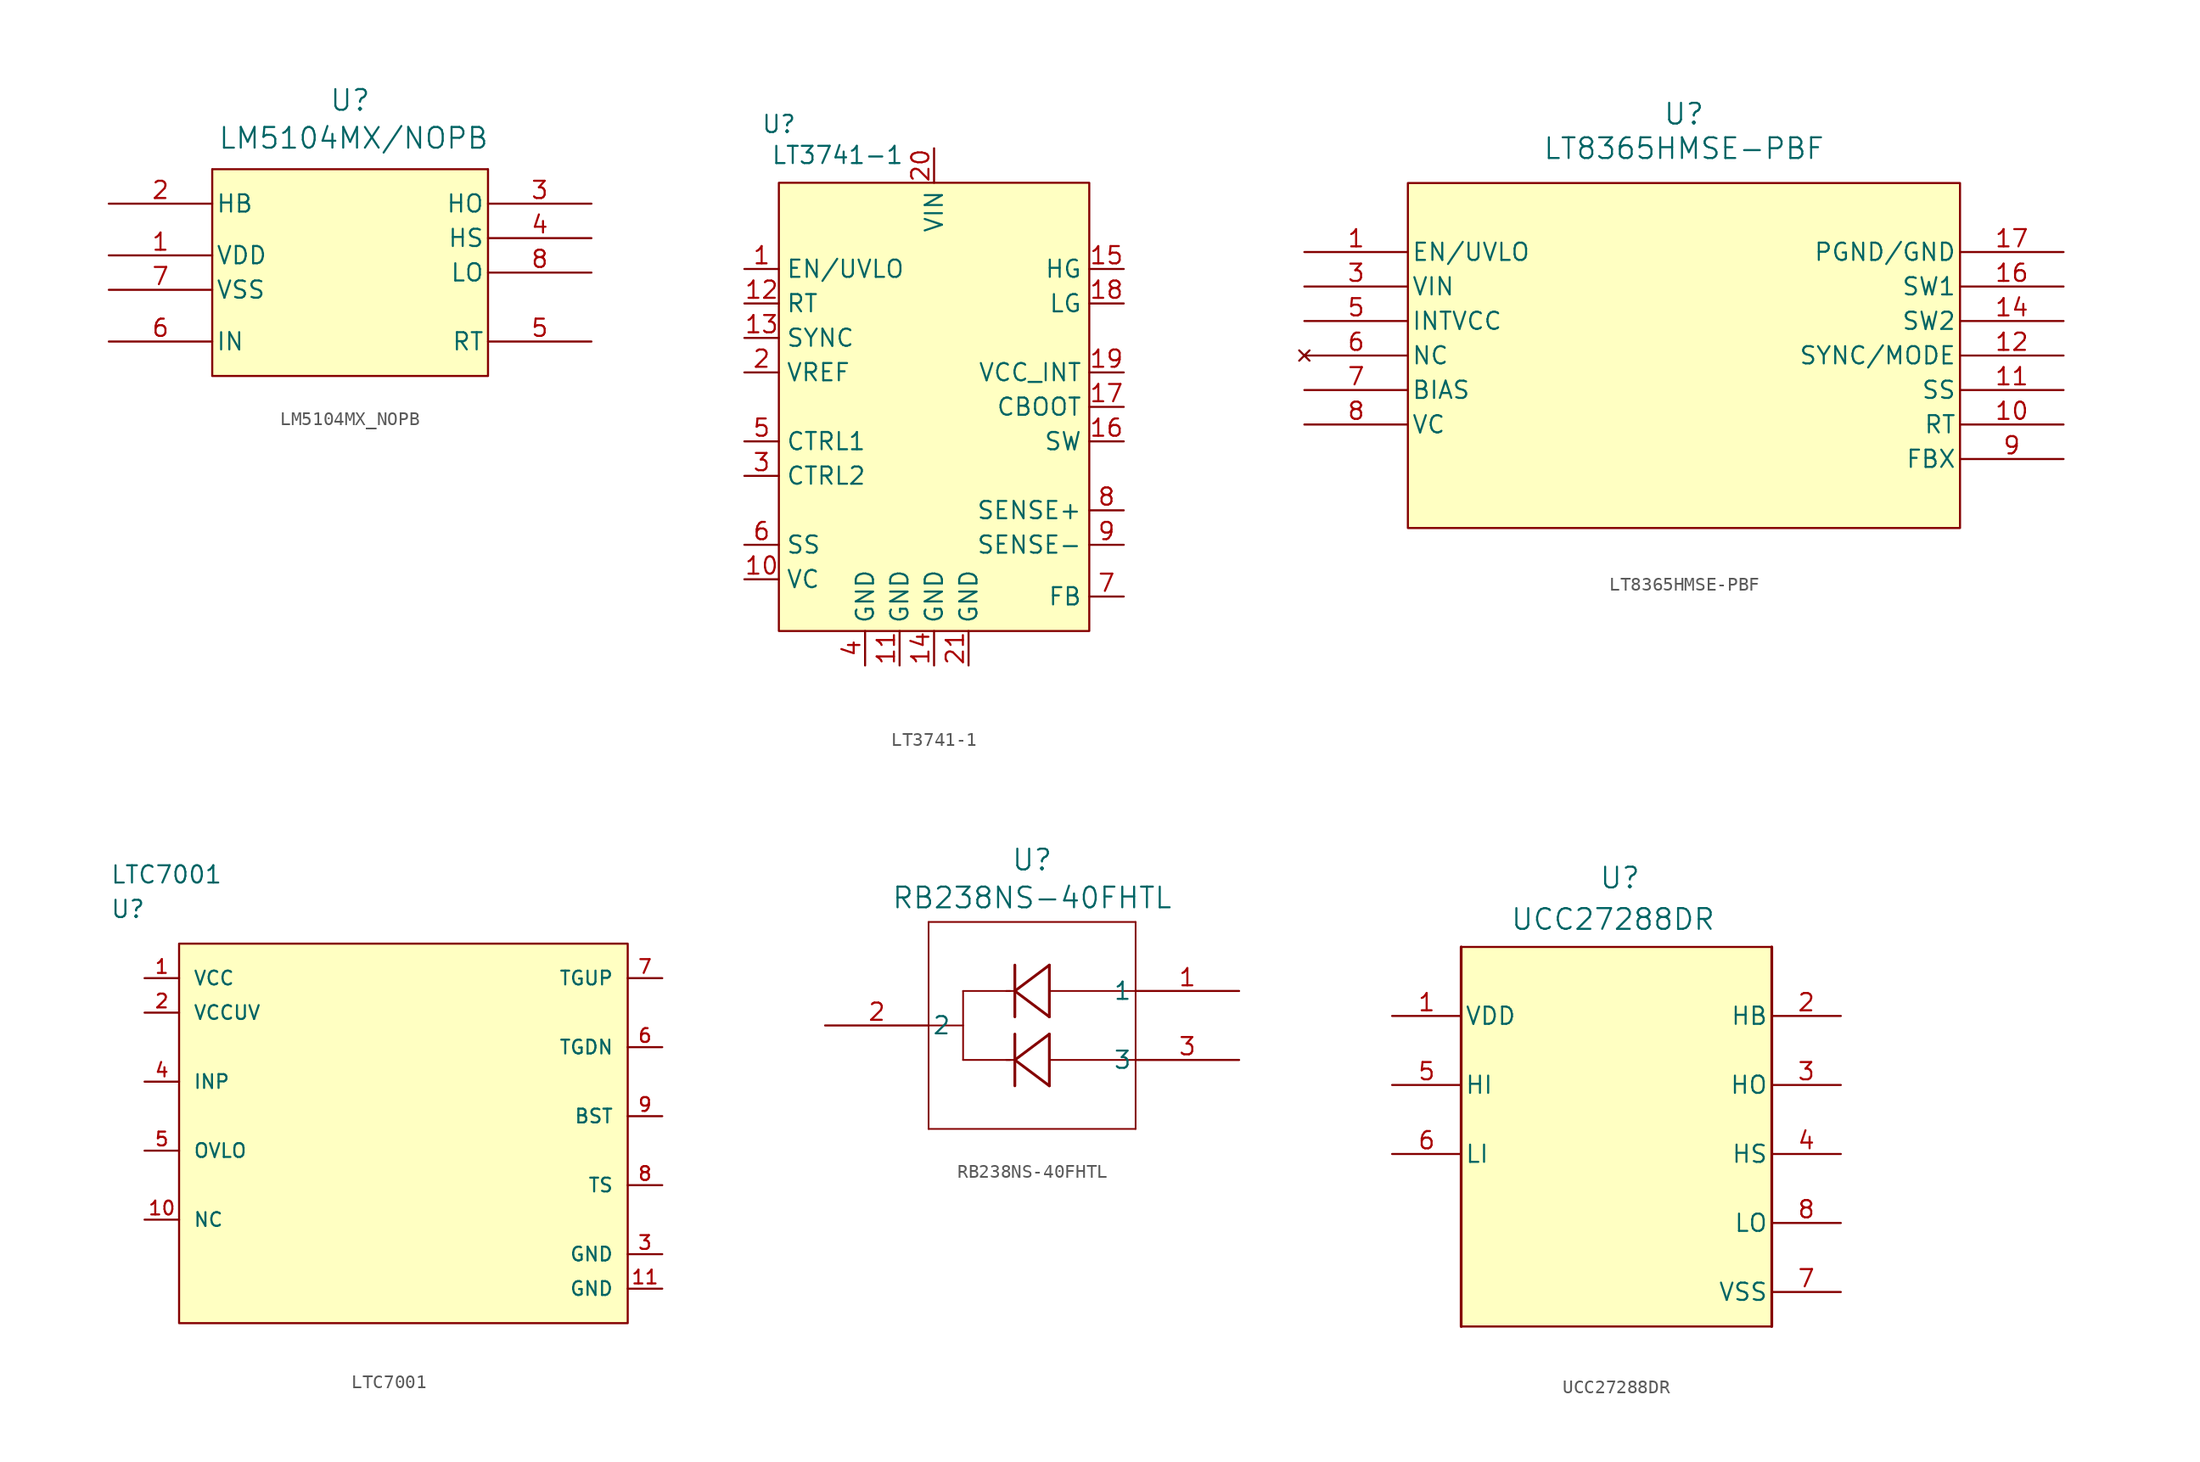
<source format=kicad_sym>
(kicad_symbol_lib
  (version 20241209)
  (generator "kicad_symbol_editor")
  (generator_version "9.0")
  (symbol "LM5104MX_NOPB"
    (pin_names
      (offset 0.254))
    (property "Reference" "U"
      (at 17.78 10.16 0)
      (effects (font (size 1.524 1.524))))
    (property "Value" "LM5104MX/NOPB"
      (at 18.034 7.366 0)
      (effects (font (size 1.524 1.524))))
    (symbol "LM5104MX_NOPB_0_1"
      (polyline (pts (xy 7.62 5.08) (xy 7.62 -10.16)) (stroke (width 0.127) (type default)) (fill (type none)))
      (polyline (pts (xy 27.94 -10.16) (xy 27.94 5.08)) (stroke (width 0.127) (type default)) (fill (type none)))
      (pin input line (at 0 2.54 0) (length 7.62) (name "HB" (effects (font (size 1.27 1.27)))) (number "2" (effects (font (size 1.27 1.27)))))
      (pin power_in line (at 0 -1.27 0) (length 7.62) (name "VDD" (effects (font (size 1.27 1.27)))) (number "1" (effects (font (size 1.27 1.27)))))
      (pin power_in line (at 0 -3.81 0) (length 7.62) (name "VSS" (effects (font (size 1.27 1.27)))) (number "7" (effects (font (size 1.27 1.27)))))
      (pin input line (at 0 -7.62 0) (length 7.62) (name "IN" (effects (font (size 1.27 1.27)))) (number "6" (effects (font (size 1.27 1.27)))))
      (pin output line (at 35.56 2.54 180) (length 7.62) (name "HO" (effects (font (size 1.27 1.27)))) (number "3" (effects (font (size 1.27 1.27)))))
      (pin input line (at 35.56 0 180) (length 7.62) (name "HS" (effects (font (size 1.27 1.27)))) (number "4" (effects (font (size 1.27 1.27)))))
      (pin output line (at 35.56 -2.54 180) (length 7.62) (name "LO" (effects (font (size 1.27 1.27)))) (number "8" (effects (font (size 1.27 1.27)))))
      (pin input line (at 35.56 -7.62 180) (length 7.62) (name "RT" (effects (font (size 1.27 1.27)))) (number "5" (effects (font (size 1.27 1.27))))))
    (symbol "LM5104MX_NOPB_1_1"
      (rectangle (start 7.62 5.08) (end 27.94 -10.16) (stroke (width 0) (type solid)) (fill (type background)))))
  (symbol "LT3741-1"
    (property "Reference" "U"
      (at -11.43 23.368 0)
      (effects (font (size 1.27 1.27))))
    (property "Value" "LT3741-1"
      (at -7.112 21.082 0)
      (effects (font (size 1.27 1.27))))
    (symbol "LT3741-1_1_1"
      (rectangle (start -11.43 19.05) (end 11.43 -13.97) (stroke (width 0) (type solid)) (fill (type background)))
      (pin input line (at -13.97 12.7 0) (length 2.54) (name "EN/UVLO" (effects (font (size 1.27 1.27)))) (number "1" (effects (font (size 1.27 1.27)))))
      (pin passive line (at -13.97 10.16 0) (length 2.54) (name "RT" (effects (font (size 1.27 1.27)))) (number "12" (effects (font (size 1.27 1.27)))))
      (pin input line (at -13.97 7.62 0) (length 2.54) (name "SYNC" (effects (font (size 1.27 1.27)))) (number "13" (effects (font (size 1.27 1.27)))))
      (pin power_out line (at -13.97 5.08 0) (length 2.54) (name "VREF" (effects (font (size 1.27 1.27)))) (number "2" (effects (font (size 1.27 1.27)))))
      (pin input line (at -13.97 0 0) (length 2.54) (name "CTRL1" (effects (font (size 1.27 1.27)))) (number "5" (effects (font (size 1.27 1.27)))))
      (pin input line (at -13.97 -2.54 0) (length 2.54) (name "CTRL2" (effects (font (size 1.27 1.27)))) (number "3" (effects (font (size 1.27 1.27)))))
      (pin passive line (at -13.97 -7.62 0) (length 2.54) (name "SS" (effects (font (size 1.27 1.27)))) (number "6" (effects (font (size 1.27 1.27)))))
      (pin passive line (at -13.97 -10.16 0) (length 2.54) (name "VC" (effects (font (size 1.27 1.27)))) (number "10" (effects (font (size 1.27 1.27)))))
      (pin power_in line (at -5.08 -16.51 90) (length 2.54) (name "GND" (effects (font (size 1.27 1.27)))) (number "4" (effects (font (size 1.27 1.27)))))
      (pin power_in line (at -2.54 -16.51 90) (length 2.54) (name "GND" (effects (font (size 1.27 1.27)))) (number "11" (effects (font (size 1.27 1.27)))))
      (pin power_in line (at 0 21.59 270) (length 2.54) (name "VIN" (effects (font (size 1.27 1.27)))) (number "20" (effects (font (size 1.27 1.27)))))
      (pin power_in line (at 0 -16.51 90) (length 2.54) (name "GND" (effects (font (size 1.27 1.27)))) (number "14" (effects (font (size 1.27 1.27)))))
      (pin power_in line (at 2.54 -16.51 90) (length 2.54) (name "GND" (effects (font (size 1.27 1.27)))) (number "21" (effects (font (size 1.27 1.27)))))
      (pin output line (at 13.97 12.7 180) (length 2.54) (name "HG" (effects (font (size 1.27 1.27)))) (number "15" (effects (font (size 1.27 1.27)))))
      (pin output line (at 13.97 10.16 180) (length 2.54) (name "LG" (effects (font (size 1.27 1.27)))) (number "18" (effects (font (size 1.27 1.27)))))
      (pin power_out line (at 13.97 5.08 180) (length 2.54) (name "VCC_INT" (effects (font (size 1.27 1.27)))) (number "19" (effects (font (size 1.27 1.27)))))
      (pin passive line (at 13.97 2.54 180) (length 2.54) (name "CBOOT" (effects (font (size 1.27 1.27)))) (number "17" (effects (font (size 1.27 1.27)))))
      (pin input line (at 13.97 0 180) (length 2.54) (name "SW" (effects (font (size 1.27 1.27)))) (number "16" (effects (font (size 1.27 1.27)))))
      (pin input line (at 13.97 -5.08 180) (length 2.54) (name "SENSE+" (effects (font (size 1.27 1.27)))) (number "8" (effects (font (size 1.27 1.27)))))
      (pin input line (at 13.97 -7.62 180) (length 2.54) (name "SENSE-" (effects (font (size 1.27 1.27)))) (number "9" (effects (font (size 1.27 1.27)))))
      (pin input line (at 13.97 -11.43 180) (length 2.54) (name "FB" (effects (font (size 1.27 1.27)))) (number "7" (effects (font (size 1.27 1.27)))))))
  (symbol "LT8365HMSE-PBF"
    (pin_names
      (offset 0.254))
    (property "Reference" "U"
      (at 27.94 10.16 0)
      (effects (font (size 1.524 1.524))))
    (property "Value" "LT8365HMSE-PBF"
      (at 27.94 7.62 0)
      (effects (font (size 1.524 1.524))))
    (property "ki_locked" ""
      (at 0 0 0)
      (effects (font (size 1.27 1.27))))
    (symbol "LT8365HMSE-PBF_0_1"
      (pin unspecified line (at 0 0 0) (length 7.62) (name "EN/UVLO" (effects (font (size 1.27 1.27)))) (number "1" (effects (font (size 1.27 1.27)))))
      (pin power_in line (at 0 -2.54 0) (length 7.62) (name "VIN" (effects (font (size 1.27 1.27)))) (number "3" (effects (font (size 1.27 1.27)))))
      (pin power_in line (at 0 -5.08 0) (length 7.62) (name "INTVCC" (effects (font (size 1.27 1.27)))) (number "5" (effects (font (size 1.27 1.27)))))
      (pin no_connect line (at 0 -7.62 0) (length 7.62) (name "NC" (effects (font (size 1.27 1.27)))) (number "6" (effects (font (size 1.27 1.27)))))
      (pin power_in line (at 0 -10.16 0) (length 7.62) (name "BIAS" (effects (font (size 1.27 1.27)))) (number "7" (effects (font (size 1.27 1.27)))))
      (pin output line (at 0 -12.7 0) (length 7.62) (name "VC" (effects (font (size 1.27 1.27)))) (number "8" (effects (font (size 1.27 1.27)))))
      (pin power_out line (at 55.88 0 180) (length 7.62) (name "PGND/GND" (effects (font (size 1.27 1.27)))) (number "17" (effects (font (size 1.27 1.27)))))
      (pin power_in line (at 55.88 -2.54 180) (length 7.62) (name "SW1" (effects (font (size 1.27 1.27)))) (number "16" (effects (font (size 1.27 1.27)))))
      (pin power_in line (at 55.88 -5.08 180) (length 7.62) (name "SW2" (effects (font (size 1.27 1.27)))) (number "14" (effects (font (size 1.27 1.27)))))
      (pin unspecified line (at 55.88 -7.62 180) (length 7.62) (name "SYNC/MODE" (effects (font (size 1.27 1.27)))) (number "12" (effects (font (size 1.27 1.27)))))
      (pin unspecified line (at 55.88 -10.16 180) (length 7.62) (name "SS" (effects (font (size 1.27 1.27)))) (number "11" (effects (font (size 1.27 1.27)))))
      (pin unspecified line (at 55.88 -12.7 180) (length 7.62) (name "RT" (effects (font (size 1.27 1.27)))) (number "10" (effects (font (size 1.27 1.27)))))
      (pin unspecified line (at 55.88 -15.24 180) (length 7.62) (name "FBX" (effects (font (size 1.27 1.27)))) (number "9" (effects (font (size 1.27 1.27))))))
    (symbol "LT8365HMSE-PBF_1_1"
      (rectangle (start 7.62 5.08) (end 48.26 -20.32) (stroke (width 0) (type solid)) (fill (type background)))))
  (symbol "LTC7001"
    (pin_names
      (offset 1.016))
    (property "Reference" "U"
      (at -21.59 15.24 0)
      (effects (font (size 1.27 1.27)) (justify left)))
    (property "Value" "LTC7001"
      (at -21.59 17.78 0)
      (effects (font (size 1.27 1.27)) (justify left)))
    (symbol "LTC7001_1_1"
      (rectangle (start -16.51 12.7) (end 16.51 -15.24) (stroke (width 0) (type solid)) (fill (type background)))
      (pin power_in line (at -19.05 10.16 0) (length 2.54) (name "VCC" (effects (font (size 1.016 1.016)))) (number "1" (effects (font (size 1.016 1.016)))))
      (pin power_in line (at -19.05 7.62 0) (length 2.54) (name "VCCUV" (effects (font (size 1.016 1.016)))) (number "2" (effects (font (size 1.016 1.016)))))
      (pin input line (at -19.05 2.54 0) (length 2.54) (name "INP" (effects (font (size 1.016 1.016)))) (number "4" (effects (font (size 1.016 1.016)))))
      (pin passive line (at -19.05 -2.54 0) (length 2.54) (name "OVLO" (effects (font (size 1.016 1.016)))) (number "5" (effects (font (size 1.016 1.016)))))
      (pin passive line (at -19.05 -7.62 0) (length 2.54) (name "NC" (effects (font (size 1.016 1.016)))) (number "10" (effects (font (size 1.016 1.016)))))
      (pin passive line (at 19.05 10.16 180) (length 2.54) (name "TGUP" (effects (font (size 1.016 1.016)))) (number "7" (effects (font (size 1.016 1.016)))))
      (pin passive line (at 19.05 5.08 180) (length 2.54) (name "TGDN" (effects (font (size 1.016 1.016)))) (number "6" (effects (font (size 1.016 1.016)))))
      (pin passive line (at 19.05 0 180) (length 2.54) (name "BST" (effects (font (size 1.016 1.016)))) (number "9" (effects (font (size 1.016 1.016)))))
      (pin passive line (at 19.05 -5.08 180) (length 2.54) (name "TS" (effects (font (size 1.016 1.016)))) (number "8" (effects (font (size 1.016 1.016)))))
      (pin power_in line (at 19.05 -10.16 180) (length 2.54) (name "GND" (effects (font (size 1.016 1.016)))) (number "3" (effects (font (size 1.016 1.016)))))
      (pin power_in line (at 19.05 -12.7 180) (length 2.54) (name "GND" (effects (font (size 1.016 1.016)))) (number "11" (effects (font (size 1.016 1.016)))))))
  (symbol "RB238NS-40FHTL"
    (pin_names
      (offset 0.254))
    (property "Reference" "U"
      (at 15.24 12.192 0)
      (effects (font (size 1.524 1.524))))
    (property "Value" "RB238NS-40FHTL"
      (at 15.24 9.398 0)
      (effects (font (size 1.524 1.524))))
    (property "ki_locked" ""
      (at 0 0 0)
      (effects (font (size 1.27 1.27))))
    (symbol "RB238NS-40FHTL_0_1"
      (polyline (pts (xy 7.62 7.62) (xy 22.86 7.62)) (stroke (width 0.127) (type default)) (fill (type none)))
      (polyline (pts (xy 7.62 0) (xy 10.16 0)) (stroke (width 0.127) (type default)) (fill (type none)))
      (polyline (pts (xy 7.62 -7.62) (xy 7.62 7.62)) (stroke (width 0.127) (type default)) (fill (type none)))
      (polyline (pts (xy 10.16 2.54) (xy 10.16 -2.54)) (stroke (width 0.127) (type default)) (fill (type none)))
      (polyline (pts (xy 10.16 2.54) (xy 13.64 2.54)) (stroke (width 0.127) (type default)) (fill (type none)))
      (polyline (pts (xy 10.16 -2.54) (xy 13.64 -2.54)) (stroke (width 0.127) (type default)) (fill (type none)))
      (polyline (pts (xy 13.335 2.54) (xy 13.97 2.54)) (stroke (width 0.127) (type default)) (fill (type none)))
      (polyline (pts (xy 13.335 -2.54) (xy 13.97 -2.54)) (stroke (width 0.127) (type default)) (fill (type none)))
      (polyline (pts (xy 13.97 4.445) (xy 13.97 0.635)) (stroke (width 0.203) (type default)) (fill (type none)))
      (polyline (pts (xy 13.97 2.54) (xy 16.51 0.635)) (stroke (width 0.203) (type default)) (fill (type none)))
      (polyline (pts (xy 13.97 -0.635) (xy 13.97 -4.445)) (stroke (width 0.203) (type default)) (fill (type none)))
      (polyline (pts (xy 13.97 -2.54) (xy 16.51 -4.445)) (stroke (width 0.203) (type default)) (fill (type none)))
      (polyline (pts (xy 16.51 4.445) (xy 13.97 2.54)) (stroke (width 0.203) (type default)) (fill (type none)))
      (polyline (pts (xy 16.51 2.54) (xy 22.86 2.54)) (stroke (width 0.127) (type default)) (fill (type none)))
      (polyline (pts (xy 16.51 0.635) (xy 16.51 4.445)) (stroke (width 0.203) (type default)) (fill (type none)))
      (polyline (pts (xy 16.51 -0.635) (xy 13.97 -2.54)) (stroke (width 0.203) (type default)) (fill (type none)))
      (polyline (pts (xy 16.51 -2.54) (xy 22.86 -2.54)) (stroke (width 0.127) (type default)) (fill (type none)))
      (polyline (pts (xy 16.51 -4.445) (xy 16.51 -0.635)) (stroke (width 0.203) (type default)) (fill (type none)))
      (polyline (pts (xy 22.86 7.62) (xy 22.86 -7.62)) (stroke (width 0.127) (type default)) (fill (type none)))
      (polyline (pts (xy 22.86 -7.62) (xy 7.62 -7.62)) (stroke (width 0.127) (type default)) (fill (type none)))
      (pin unspecified line (at 0 0 0) (length 7.62) (name "2" (effects (font (size 1.27 1.27)))) (number "2" (effects (font (size 1.27 1.27)))))
      (pin unspecified line (at 30.48 2.54 180) (length 7.62) (name "1" (effects (font (size 1.27 1.27)))) (number "1" (effects (font (size 1.27 1.27)))))
      (pin unspecified line (at 30.48 -2.54 180) (length 7.62) (name "3" (effects (font (size 1.27 1.27)))) (number "3" (effects (font (size 1.27 1.27)))))))
  (symbol "UCC27288DR"
    (pin_names
      (offset 0.254))
    (property "Reference" "U"
      (at 16.764 10.16 0)
      (effects (font (size 1.524 1.524))))
    (property "Value" "UCC27288DR"
      (at 16.256 7.112 0)
      (effects (font (size 1.524 1.524))))
    (property "ki_locked" ""
      (at 0 0 0)
      (effects (font (size 1.27 1.27))))
    (symbol "UCC27288DR_0_1"
      (polyline (pts (xy 5.08 5.08) (xy 5.08 -22.86)) (stroke (width 0.203) (type default)) (fill (type none)))
      (polyline (pts (xy 27.94 -22.86) (xy 27.94 5.08)) (stroke (width 0.203) (type default)) (fill (type none)))
      (pin power_in line (at 0 0 0) (length 5.08) (name "VDD" (effects (font (size 1.27 1.27)))) (number "1" (effects (font (size 1.27 1.27)))))
      (pin input line (at 0 -5.08 0) (length 5.08) (name "HI" (effects (font (size 1.27 1.27)))) (number "5" (effects (font (size 1.27 1.27)))))
      (pin input line (at 0 -10.16 0) (length 5.08) (name "LI" (effects (font (size 1.27 1.27)))) (number "6" (effects (font (size 1.27 1.27)))))
      (pin unspecified line (at 33.02 0 180) (length 5.08) (name "HB" (effects (font (size 1.27 1.27)))) (number "2" (effects (font (size 1.27 1.27)))))
      (pin unspecified line (at 33.02 -5.08 180) (length 5.08) (name "HO" (effects (font (size 1.27 1.27)))) (number "3" (effects (font (size 1.27 1.27)))))
      (pin unspecified line (at 33.02 -10.16 180) (length 5.08) (name "HS" (effects (font (size 1.27 1.27)))) (number "4" (effects (font (size 1.27 1.27)))))
      (pin unspecified line (at 33.02 -15.24 180) (length 5.08) (name "LO" (effects (font (size 1.27 1.27)))) (number "8" (effects (font (size 1.27 1.27)))))
      (pin power_in line (at 33.02 -20.32 180) (length 5.08) (name "VSS" (effects (font (size 1.27 1.27)))) (number "7" (effects (font (size 1.27 1.27))))))
    (symbol "UCC27288DR_1_1"
      (rectangle (start 5.08 5.08) (end 27.94 -22.86) (stroke (width 0) (type solid)) (fill (type background))))))
</source>
